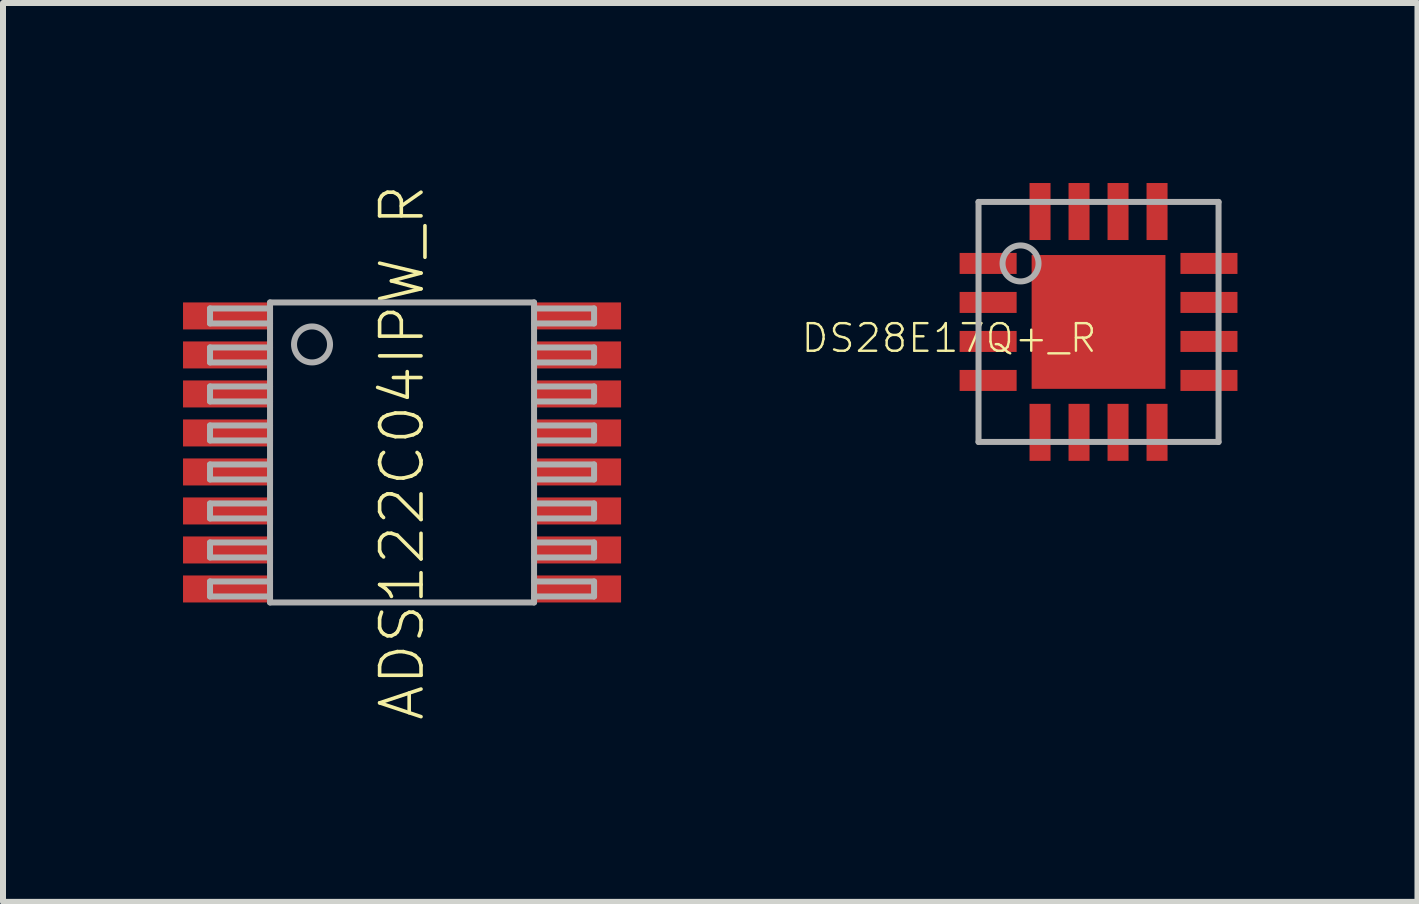
<source format=kicad_pcb>
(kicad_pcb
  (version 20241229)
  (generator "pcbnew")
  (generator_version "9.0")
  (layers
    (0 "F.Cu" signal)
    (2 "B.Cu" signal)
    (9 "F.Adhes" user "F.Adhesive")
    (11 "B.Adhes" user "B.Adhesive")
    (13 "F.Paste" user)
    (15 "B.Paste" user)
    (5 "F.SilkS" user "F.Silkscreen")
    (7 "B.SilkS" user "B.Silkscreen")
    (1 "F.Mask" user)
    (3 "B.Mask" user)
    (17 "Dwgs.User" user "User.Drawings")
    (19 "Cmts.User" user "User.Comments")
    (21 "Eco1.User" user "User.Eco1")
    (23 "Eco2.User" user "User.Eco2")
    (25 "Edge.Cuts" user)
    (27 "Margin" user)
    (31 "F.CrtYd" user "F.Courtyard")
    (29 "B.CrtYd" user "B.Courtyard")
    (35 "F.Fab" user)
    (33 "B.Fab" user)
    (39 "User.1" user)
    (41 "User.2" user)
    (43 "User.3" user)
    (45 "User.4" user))
  (footprint "DS28E17Q+_R"
    (layer "F.Cu")
    (at 15.257 2.315)
    (property "Reference" "DS28E17Q+_R" (at 0 0 0) (unlocked yes) (layer "F.SilkS") (effects (font (size 0.46 0.46) (thickness 0.04)) (justify right top)))
    (fp_poly (pts (xy -1.365 -0.8) (xy -2.315 -0.8) (xy -2.315 -1.15) (xy -1.365 -1.15)) (stroke (width 0) (type default)) (fill yes) (layer "F.Paste"))
    (fp_poly (pts (xy -1.365 -0.15) (xy -2.315 -0.15) (xy -2.315 -0.5) (xy -1.365 -0.5)) (stroke (width 0) (type default)) (fill yes) (layer "F.Paste"))
    (fp_poly (pts (xy -1.365 0.5) (xy -2.315 0.5) (xy -2.315 0.15) (xy -1.365 0.15)) (stroke (width 0) (type default)) (fill yes) (layer "F.Paste"))
    (fp_poly (pts (xy -1.365 1.15) (xy -2.315 1.15) (xy -2.315 0.8) (xy -1.365 0.8)) (stroke (width 0) (type default)) (fill yes) (layer "F.Paste"))
    (fp_poly (pts (xy -0.8 -1.365) (xy -1.15 -1.365) (xy -1.15 -2.315) (xy -0.8 -2.315)) (stroke (width 0) (type default)) (fill yes) (layer "F.Paste"))
    (fp_poly (pts (xy -0.8 2.315) (xy -1.15 2.315) (xy -1.15 1.365) (xy -0.8 1.365)) (stroke (width 0) (type default)) (fill yes) (layer "F.Paste"))
    (fp_poly (pts (xy -0.15 -1.365) (xy -0.5 -1.365) (xy -0.5 -2.315) (xy -0.15 -2.315)) (stroke (width 0) (type default)) (fill yes) (layer "F.Paste"))
    (fp_poly (pts (xy -0.15 2.315) (xy -0.5 2.315) (xy -0.5 1.365) (xy -0.15 1.365)) (stroke (width 0) (type default)) (fill yes) (layer "F.Paste"))
    (fp_poly (pts (xy -0.075 -0.075) (xy -1.025 -0.075) (xy -1.025 -1.025) (xy -0.075 -1.025)) (stroke (width 0) (type default)) (fill yes) (layer "F.Paste"))
    (fp_poly (pts (xy -0.075 1.025) (xy -1.025 1.025) (xy -1.025 0.075) (xy -0.075 0.075)) (stroke (width 0) (type default)) (fill yes) (layer "F.Paste"))
    (fp_poly (pts (xy 0.5 -1.365) (xy 0.15 -1.365) (xy 0.15 -2.315) (xy 0.5 -2.315)) (stroke (width 0) (type default)) (fill yes) (layer "F.Paste"))
    (fp_poly (pts (xy 0.5 2.315) (xy 0.15 2.315) (xy 0.15 1.365) (xy 0.5 1.365)) (stroke (width 0) (type default)) (fill yes) (layer "F.Paste"))
    (fp_poly (pts (xy 1.025 -0.075) (xy 0.075 -0.075) (xy 0.075 -1.025) (xy 1.025 -1.025)) (stroke (width 0) (type default)) (fill yes) (layer "F.Paste"))
    (fp_poly (pts (xy 1.025 1.025) (xy 0.075 1.025) (xy 0.075 0.075) (xy 1.025 0.075)) (stroke (width 0) (type default)) (fill yes) (layer "F.Paste"))
    (fp_poly (pts (xy 1.15 -1.365) (xy 0.8 -1.365) (xy 0.8 -2.315) (xy 1.15 -2.315)) (stroke (width 0) (type default)) (fill yes) (layer "F.Paste"))
    (fp_poly (pts (xy 1.15 2.315) (xy 0.8 2.315) (xy 0.8 1.365) (xy 1.15 1.365)) (stroke (width 0) (type default)) (fill yes) (layer "F.Paste"))
    (fp_poly (pts (xy 2.315 -0.8) (xy 1.365 -0.8) (xy 1.365 -1.15) (xy 2.315 -1.15)) (stroke (width 0) (type default)) (fill yes) (layer "F.Paste"))
    (fp_poly (pts (xy 2.315 -0.15) (xy 1.365 -0.15) (xy 1.365 -0.5) (xy 2.315 -0.5)) (stroke (width 0) (type default)) (fill yes) (layer "F.Paste"))
    (fp_poly (pts (xy 2.315 0.5) (xy 1.365 0.5) (xy 1.365 0.15) (xy 2.315 0.15)) (stroke (width 0) (type default)) (fill yes) (layer "F.Paste"))
    (fp_poly (pts (xy 2.315 1.15) (xy 1.365 1.15) (xy 1.365 0.8) (xy 2.315 0.8)) (stroke (width 0) (type default)) (fill yes) (layer "F.Paste"))
    (fp_line (start -2 -2) (end -2 2) (stroke (width 0.1) (type solid)) (layer "F.Fab"))
    (fp_line (start -2 2) (end 2 2) (stroke (width 0.1) (type solid)) (layer "F.Fab"))
    (fp_line (start 2 -2) (end -2 -2) (stroke (width 0.1) (type solid)) (layer "F.Fab"))
    (fp_line (start 2 2) (end 2 -2) (stroke (width 0.1) (type solid)) (layer "F.Fab"))
    (fp_circle (center -1.3 -0.975) (end -1 -0.975) (stroke (width 0.1) (type solid)) (fill no) (layer "F.Fab"))
    (pad "0" smd rect (at 0 0) (size 2.23 2.23) (layers "F.Cu" "F.Mask"))
    (pad "1" smd rect (at -1.84 -0.975 90) (size 0.35 0.95) (layers "F.Cu" "F.Mask"))
    (pad "2" smd rect (at -1.84 -0.325 90) (size 0.35 0.95) (layers "F.Cu" "F.Mask"))
    (pad "3" smd rect (at -1.84 0.325 90) (size 0.35 0.95) (layers "F.Cu" "F.Mask"))
    (pad "4" smd rect (at -1.84 0.975 90) (size 0.35 0.95) (layers "F.Cu" "F.Mask"))
    (pad "5" smd rect (at -0.975 1.84) (size 0.35 0.95) (layers "F.Cu" "F.Mask"))
    (pad "6" smd rect (at -0.325 1.84) (size 0.35 0.95) (layers "F.Cu" "F.Mask"))
    (pad "7" smd rect (at 0.325 1.84) (size 0.35 0.95) (layers "F.Cu" "F.Mask"))
    (pad "8" smd rect (at 0.975 1.84) (size 0.35 0.95) (layers "F.Cu" "F.Mask"))
    (pad "9" smd rect (at 1.84 0.975 90) (size 0.35 0.95) (layers "F.Cu" "F.Mask"))
    (pad "10" smd rect (at 1.84 0.325 90) (size 0.35 0.95) (layers "F.Cu" "F.Mask"))
    (pad "11" smd rect (at 1.84 -0.325 90) (size 0.35 0.95) (layers "F.Cu" "F.Mask"))
    (pad "12" smd rect (at 1.84 -0.975 90) (size 0.35 0.95) (layers "F.Cu" "F.Mask"))
    (pad "13" smd rect (at 0.975 -1.84) (size 0.35 0.95) (layers "F.Cu" "F.Mask"))
    (pad "14" smd rect (at 0.325 -1.84) (size 0.35 0.95) (layers "F.Cu" "F.Mask"))
    (pad "15" smd rect (at -0.325 -1.84) (size 0.35 0.95) (layers "F.Cu" "F.Mask"))
    (pad "16" smd rect (at -0.975 -1.84) (size 0.35 0.95) (layers "F.Cu" "F.Mask")))
  (footprint "ADS122C04IPW_R"
    (layer "F.Cu")
    (at 3.65 4.49)
    (property "Reference" "ADS122C04IPW_R" (at 0 0 90) (unlocked yes) (layer "F.SilkS") (effects (font (size 0.69 0.69) (thickness 0.06))))
    (fp_poly (pts (xy -2.15 -2.05) (xy -3.65 -2.05) (xy -3.65 -2.5) (xy -2.15 -2.5)) (stroke (width 0) (type default)) (fill yes) (layer "F.Paste"))
    (fp_poly (pts (xy -2.15 -1.4) (xy -3.65 -1.4) (xy -3.65 -1.85) (xy -2.15 -1.85)) (stroke (width 0) (type default)) (fill yes) (layer "F.Paste"))
    (fp_poly (pts (xy -2.15 -0.75) (xy -3.65 -0.75) (xy -3.65 -1.2) (xy -2.15 -1.2)) (stroke (width 0) (type default)) (fill yes) (layer "F.Paste"))
    (fp_poly (pts (xy -2.15 -0.1) (xy -3.65 -0.1) (xy -3.65 -0.55) (xy -2.15 -0.55)) (stroke (width 0) (type default)) (fill yes) (layer "F.Paste"))
    (fp_poly (pts (xy -2.15 0.55) (xy -3.65 0.55) (xy -3.65 0.1) (xy -2.15 0.1)) (stroke (width 0) (type default)) (fill yes) (layer "F.Paste"))
    (fp_poly (pts (xy -2.15 1.2) (xy -3.65 1.2) (xy -3.65 0.75) (xy -2.15 0.75)) (stroke (width 0) (type default)) (fill yes) (layer "F.Paste"))
    (fp_poly (pts (xy -2.15 1.85) (xy -3.65 1.85) (xy -3.65 1.4) (xy -2.15 1.4)) (stroke (width 0) (type default)) (fill yes) (layer "F.Paste"))
    (fp_poly (pts (xy -2.15 2.5) (xy -3.65 2.5) (xy -3.65 2.05) (xy -2.15 2.05)) (stroke (width 0) (type default)) (fill yes) (layer "F.Paste"))
    (fp_poly (pts (xy 3.65 -2.05) (xy 2.15 -2.05) (xy 2.15 -2.5) (xy 3.65 -2.5)) (stroke (width 0) (type default)) (fill yes) (layer "F.Paste"))
    (fp_poly (pts (xy 3.65 -1.4) (xy 2.15 -1.4) (xy 2.15 -1.85) (xy 3.65 -1.85)) (stroke (width 0) (type default)) (fill yes) (layer "F.Paste"))
    (fp_poly (pts (xy 3.65 -0.75) (xy 2.15 -0.75) (xy 2.15 -1.2) (xy 3.65 -1.2)) (stroke (width 0) (type default)) (fill yes) (layer "F.Paste"))
    (fp_poly (pts (xy 3.65 -0.1) (xy 2.15 -0.1) (xy 2.15 -0.55) (xy 3.65 -0.55)) (stroke (width 0) (type default)) (fill yes) (layer "F.Paste"))
    (fp_poly (pts (xy 3.65 0.55) (xy 2.15 0.55) (xy 2.15 0.1) (xy 3.65 0.1)) (stroke (width 0) (type default)) (fill yes) (layer "F.Paste"))
    (fp_poly (pts (xy 3.65 1.2) (xy 2.15 1.2) (xy 2.15 0.75) (xy 3.65 0.75)) (stroke (width 0) (type default)) (fill yes) (layer "F.Paste"))
    (fp_poly (pts (xy 3.65 1.85) (xy 2.15 1.85) (xy 2.15 1.4) (xy 3.65 1.4)) (stroke (width 0) (type default)) (fill yes) (layer "F.Paste"))
    (fp_poly (pts (xy 3.65 2.5) (xy 2.15 2.5) (xy 2.15 2.05) (xy 3.65 2.05)) (stroke (width 0) (type default)) (fill yes) (layer "F.Paste"))
    (fp_line (start -3.2 -2.4) (end -3.2 -2.15) (stroke (width 0.1) (type solid)) (layer "F.Fab"))
    (fp_line (start -3.2 -2.15) (end -2.2 -2.15) (stroke (width 0.1) (type solid)) (layer "F.Fab"))
    (fp_line (start -3.2 -1.75) (end -3.2 -1.5) (stroke (width 0.1) (type solid)) (layer "F.Fab"))
    (fp_line (start -3.2 -1.5) (end -2.2 -1.5) (stroke (width 0.1) (type solid)) (layer "F.Fab"))
    (fp_line (start -3.2 -1.1) (end -3.2 -0.85) (stroke (width 0.1) (type solid)) (layer "F.Fab"))
    (fp_line (start -3.2 -0.85) (end -2.2 -0.85) (stroke (width 0.1) (type solid)) (layer "F.Fab"))
    (fp_line (start -3.2 -0.45) (end -3.2 -0.2) (stroke (width 0.1) (type solid)) (layer "F.Fab"))
    (fp_line (start -3.2 -0.2) (end -2.2 -0.2) (stroke (width 0.1) (type solid)) (layer "F.Fab"))
    (fp_line (start -3.2 0.2) (end -3.2 0.45) (stroke (width 0.1) (type solid)) (layer "F.Fab"))
    (fp_line (start -3.2 0.45) (end -2.2 0.45) (stroke (width 0.1) (type solid)) (layer "F.Fab"))
    (fp_line (start -3.2 0.85) (end -3.2 1.1) (stroke (width 0.1) (type solid)) (layer "F.Fab"))
    (fp_line (start -3.2 1.1) (end -2.2 1.1) (stroke (width 0.1) (type solid)) (layer "F.Fab"))
    (fp_line (start -3.2 1.5) (end -3.2 1.75) (stroke (width 0.1) (type solid)) (layer "F.Fab"))
    (fp_line (start -3.2 1.75) (end -2.2 1.75) (stroke (width 0.1) (type solid)) (layer "F.Fab"))
    (fp_line (start -3.2 2.15) (end -3.2 2.4) (stroke (width 0.1) (type solid)) (layer "F.Fab"))
    (fp_line (start -3.2 2.4) (end -2.2 2.4) (stroke (width 0.1) (type solid)) (layer "F.Fab"))
    (fp_line (start -2.2 -2.5) (end 2.2 -2.5) (stroke (width 0.1) (type solid)) (layer "F.Fab"))
    (fp_line (start -2.2 -2.4) (end -3.2 -2.4) (stroke (width 0.1) (type solid)) (layer "F.Fab"))
    (fp_line (start -2.2 -2.4) (end -2.2 -2.5) (stroke (width 0.1) (type solid)) (layer "F.Fab"))
    (fp_line (start -2.2 -2.15) (end -2.2 -2.4) (stroke (width 0.1) (type solid)) (layer "F.Fab"))
    (fp_line (start -2.2 -1.75) (end -3.2 -1.75) (stroke (width 0.1) (type solid)) (layer "F.Fab"))
    (fp_line (start -2.2 -1.75) (end -2.2 -2.15) (stroke (width 0.1) (type solid)) (layer "F.Fab"))
    (fp_line (start -2.2 -1.5) (end -2.2 -1.75) (stroke (width 0.1) (type solid)) (layer "F.Fab"))
    (fp_line (start -2.2 -1.1) (end -3.2 -1.1) (stroke (width 0.1) (type solid)) (layer "F.Fab"))
    (fp_line (start -2.2 -1.1) (end -2.2 -1.5) (stroke (width 0.1) (type solid)) (layer "F.Fab"))
    (fp_line (start -2.2 -0.85) (end -2.2 -1.1) (stroke (width 0.1) (type solid)) (layer "F.Fab"))
    (fp_line (start -2.2 -0.45) (end -3.2 -0.45) (stroke (width 0.1) (type solid)) (layer "F.Fab"))
    (fp_line (start -2.2 -0.45) (end -2.2 -0.85) (stroke (width 0.1) (type solid)) (layer "F.Fab"))
    (fp_line (start -2.2 -0.2) (end -2.2 -0.45) (stroke (width 0.1) (type solid)) (layer "F.Fab"))
    (fp_line (start -2.2 0.2) (end -3.2 0.2) (stroke (width 0.1) (type solid)) (layer "F.Fab"))
    (fp_line (start -2.2 0.2) (end -2.2 -0.2) (stroke (width 0.1) (type solid)) (layer "F.Fab"))
    (fp_line (start -2.2 0.45) (end -2.2 0.2) (stroke (width 0.1) (type solid)) (layer "F.Fab"))
    (fp_line (start -2.2 0.85) (end -3.2 0.85) (stroke (width 0.1) (type solid)) (layer "F.Fab"))
    (fp_line (start -2.2 0.85) (end -2.2 0.45) (stroke (width 0.1) (type solid)) (layer "F.Fab"))
    (fp_line (start -2.2 1.1) (end -2.2 0.85) (stroke (width 0.1) (type solid)) (layer "F.Fab"))
    (fp_line (start -2.2 1.5) (end -3.2 1.5) (stroke (width 0.1) (type solid)) (layer "F.Fab"))
    (fp_line (start -2.2 1.5) (end -2.2 1.1) (stroke (width 0.1) (type solid)) (layer "F.Fab"))
    (fp_line (start -2.2 1.75) (end -2.2 1.5) (stroke (width 0.1) (type solid)) (layer "F.Fab"))
    (fp_line (start -2.2 2.15) (end -3.2 2.15) (stroke (width 0.1) (type solid)) (layer "F.Fab"))
    (fp_line (start -2.2 2.15) (end -2.2 1.75) (stroke (width 0.1) (type solid)) (layer "F.Fab"))
    (fp_line (start -2.2 2.4) (end -2.2 2.15) (stroke (width 0.1) (type solid)) (layer "F.Fab"))
    (fp_line (start -2.2 2.5) (end -2.2 2.4) (stroke (width 0.1) (type solid)) (layer "F.Fab"))
    (fp_line (start 2.2 -2.5) (end 2.2 -2.4) (stroke (width 0.1) (type solid)) (layer "F.Fab"))
    (fp_line (start 2.2 -2.4) (end 2.2 -2.15) (stroke (width 0.1) (type solid)) (layer "F.Fab"))
    (fp_line (start 2.2 -2.15) (end 2.2 -1.75) (stroke (width 0.1) (type solid)) (layer "F.Fab"))
    (fp_line (start 2.2 -2.15) (end 3.2 -2.15) (stroke (width 0.1) (type solid)) (layer "F.Fab"))
    (fp_line (start 2.2 -1.75) (end 2.2 -1.5) (stroke (width 0.1) (type solid)) (layer "F.Fab"))
    (fp_line (start 2.2 -1.5) (end 2.2 -1.1) (stroke (width 0.1) (type solid)) (layer "F.Fab"))
    (fp_line (start 2.2 -1.5) (end 3.2 -1.5) (stroke (width 0.1) (type solid)) (layer "F.Fab"))
    (fp_line (start 2.2 -1.1) (end 2.2 -0.85) (stroke (width 0.1) (type solid)) (layer "F.Fab"))
    (fp_line (start 2.2 -0.85) (end 2.2 -0.45) (stroke (width 0.1) (type solid)) (layer "F.Fab"))
    (fp_line (start 2.2 -0.85) (end 3.2 -0.85) (stroke (width 0.1) (type solid)) (layer "F.Fab"))
    (fp_line (start 2.2 -0.45) (end 2.2 -0.2) (stroke (width 0.1) (type solid)) (layer "F.Fab"))
    (fp_line (start 2.2 -0.2) (end 2.2 0.2) (stroke (width 0.1) (type solid)) (layer "F.Fab"))
    (fp_line (start 2.2 -0.2) (end 3.2 -0.2) (stroke (width 0.1) (type solid)) (layer "F.Fab"))
    (fp_line (start 2.2 0.2) (end 2.2 0.45) (stroke (width 0.1) (type solid)) (layer "F.Fab"))
    (fp_line (start 2.2 0.45) (end 2.2 0.85) (stroke (width 0.1) (type solid)) (layer "F.Fab"))
    (fp_line (start 2.2 0.45) (end 3.2 0.45) (stroke (width 0.1) (type solid)) (layer "F.Fab"))
    (fp_line (start 2.2 0.85) (end 2.2 1.1) (stroke (width 0.1) (type solid)) (layer "F.Fab"))
    (fp_line (start 2.2 1.1) (end 2.2 1.5) (stroke (width 0.1) (type solid)) (layer "F.Fab"))
    (fp_line (start 2.2 1.1) (end 3.2 1.1) (stroke (width 0.1) (type solid)) (layer "F.Fab"))
    (fp_line (start 2.2 1.5) (end 2.2 1.75) (stroke (width 0.1) (type solid)) (layer "F.Fab"))
    (fp_line (start 2.2 1.75) (end 2.2 2.15) (stroke (width 0.1) (type solid)) (layer "F.Fab"))
    (fp_line (start 2.2 1.75) (end 3.2 1.75) (stroke (width 0.1) (type solid)) (layer "F.Fab"))
    (fp_line (start 2.2 2.15) (end 2.2 2.4) (stroke (width 0.1) (type solid)) (layer "F.Fab"))
    (fp_line (start 2.2 2.4) (end 2.2 2.5) (stroke (width 0.1) (type solid)) (layer "F.Fab"))
    (fp_line (start 2.2 2.4) (end 3.2 2.4) (stroke (width 0.1) (type solid)) (layer "F.Fab"))
    (fp_line (start 2.2 2.5) (end -2.2 2.5) (stroke (width 0.1) (type solid)) (layer "F.Fab"))
    (fp_line (start 3.2 -2.4) (end 2.2 -2.4) (stroke (width 0.1) (type solid)) (layer "F.Fab"))
    (fp_line (start 3.2 -2.15) (end 3.2 -2.4) (stroke (width 0.1) (type solid)) (layer "F.Fab"))
    (fp_line (start 3.2 -1.75) (end 2.2 -1.75) (stroke (width 0.1) (type solid)) (layer "F.Fab"))
    (fp_line (start 3.2 -1.5) (end 3.2 -1.75) (stroke (width 0.1) (type solid)) (layer "F.Fab"))
    (fp_line (start 3.2 -1.1) (end 2.2 -1.1) (stroke (width 0.1) (type solid)) (layer "F.Fab"))
    (fp_line (start 3.2 -0.85) (end 3.2 -1.1) (stroke (width 0.1) (type solid)) (layer "F.Fab"))
    (fp_line (start 3.2 -0.45) (end 2.2 -0.45) (stroke (width 0.1) (type solid)) (layer "F.Fab"))
    (fp_line (start 3.2 -0.2) (end 3.2 -0.45) (stroke (width 0.1) (type solid)) (layer "F.Fab"))
    (fp_line (start 3.2 0.2) (end 2.2 0.2) (stroke (width 0.1) (type solid)) (layer "F.Fab"))
    (fp_line (start 3.2 0.45) (end 3.2 0.2) (stroke (width 0.1) (type solid)) (layer "F.Fab"))
    (fp_line (start 3.2 0.85) (end 2.2 0.85) (stroke (width 0.1) (type solid)) (layer "F.Fab"))
    (fp_line (start 3.2 1.1) (end 3.2 0.85) (stroke (width 0.1) (type solid)) (layer "F.Fab"))
    (fp_line (start 3.2 1.5) (end 2.2 1.5) (stroke (width 0.1) (type solid)) (layer "F.Fab"))
    (fp_line (start 3.2 1.75) (end 3.2 1.5) (stroke (width 0.1) (type solid)) (layer "F.Fab"))
    (fp_line (start 3.2 2.15) (end 2.2 2.15) (stroke (width 0.1) (type solid)) (layer "F.Fab"))
    (fp_line (start 3.2 2.4) (end 3.2 2.15) (stroke (width 0.1) (type solid)) (layer "F.Fab"))
    (fp_circle (center -1.5 -1.8) (end -1.2 -1.8) (stroke (width 0.1) (type solid)) (fill no) (layer "F.Fab"))
    (pad "1" smd rect (at -2.9 -2.275) (size 1.5 0.45) (layers "F.Cu" "F.Mask"))
    (pad "2" smd rect (at -2.9 -1.625) (size 1.5 0.45) (layers "F.Cu" "F.Mask"))
    (pad "3" smd rect (at -2.9 -0.975) (size 1.5 0.45) (layers "F.Cu" "F.Mask"))
    (pad "4" smd rect (at -2.9 -0.325) (size 1.5 0.45) (layers "F.Cu" "F.Mask"))
    (pad "5" smd rect (at -2.9 0.325) (size 1.5 0.45) (layers "F.Cu" "F.Mask"))
    (pad "6" smd rect (at -2.9 0.975) (size 1.5 0.45) (layers "F.Cu" "F.Mask"))
    (pad "7" smd rect (at -2.9 1.625) (size 1.5 0.45) (layers "F.Cu" "F.Mask"))
    (pad "8" smd rect (at -2.9 2.275) (size 1.5 0.45) (layers "F.Cu" "F.Mask"))
    (pad "9" smd rect (at 2.9 2.275) (size 1.5 0.45) (layers "F.Cu" "F.Mask"))
    (pad "10" smd rect (at 2.9 1.625) (size 1.5 0.45) (layers "F.Cu" "F.Mask"))
    (pad "11" smd rect (at 2.9 0.975) (size 1.5 0.45) (layers "F.Cu" "F.Mask"))
    (pad "12" smd rect (at 2.9 0.325) (size 1.5 0.45) (layers "F.Cu" "F.Mask"))
    (pad "13" smd rect (at 2.9 -0.325) (size 1.5 0.45) (layers "F.Cu" "F.Mask"))
    (pad "14" smd rect (at 2.9 -0.975) (size 1.5 0.45) (layers "F.Cu" "F.Mask"))
    (pad "15" smd rect (at 2.9 -1.625) (size 1.5 0.45) (layers "F.Cu" "F.Mask"))
    (pad "16" smd rect (at 2.9 -2.275) (size 1.5 0.45) (layers "F.Cu" "F.Mask")))
  (gr_rect
    (start -3 -3)
    (end 20.572 11.979)
    (stroke (width 0.1) (type default))
    (fill no)
    (layer "Edge.Cuts")))
</source>
